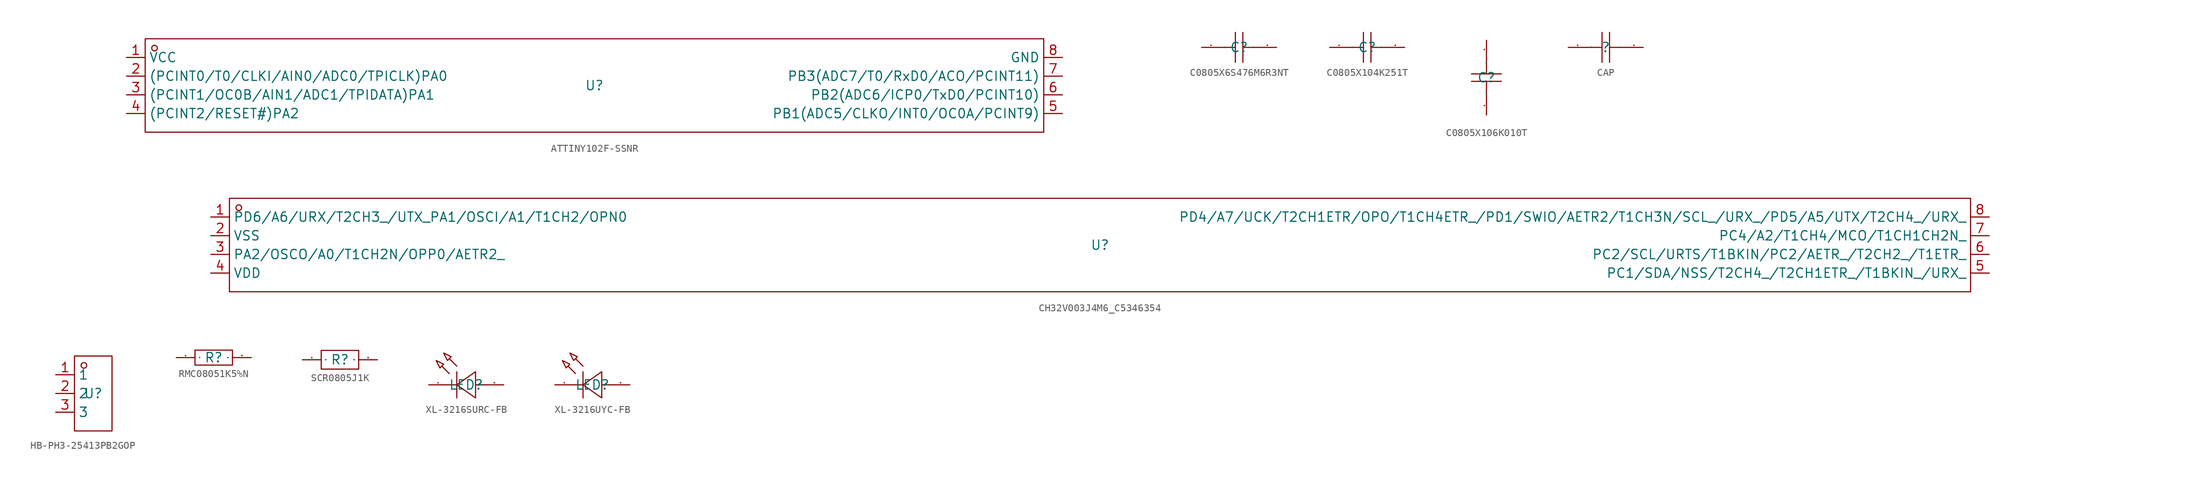
<source format=kicad_sym>
(kicad_symbol_lib
  (version 20231120)
  (generator "kicad_symbol_editor")
  (generator_version "8.0")
  (symbol "ATTINY102F-SSNR"
    (property "Reference" "U"
      (at 0 0 0)
      (effects (font (size 1.27 1.27))))
    (property "Value" ""
      (at 0 0 0)
      (effects (font (size 1.27 1.27))))
    (symbol "ATTINY102F-SSNR_1_0"
      (rectangle (start -60.96 -6.35) (end 60.96 6.35) (stroke (width 0) (type default)) (fill (type none)))
      (circle (center -59.69 5.08) (radius 0.381) (stroke (width 0) (type default)) (fill (type none)))
      (pin unspecified line (at -63.5 3.81 0) (length 2.54) (name "VCC" (effects (font (size 1.27 1.27)))) (number "1" (effects (font (size 1.27 1.27)))))
      (pin unspecified line (at -63.5 1.27 0) (length 2.54) (name "(PCINT0/T0/CLKI/AIN0/ADC0/TPICLK)PA0" (effects (font (size 1.27 1.27)))) (number "2" (effects (font (size 1.27 1.27)))))
      (pin unspecified line (at -63.5 -1.27 0) (length 2.54) (name "(PCINT1/OC0B/AIN1/ADC1/TPIDATA)PA1" (effects (font (size 1.27 1.27)))) (number "3" (effects (font (size 1.27 1.27)))))
      (pin unspecified line (at -63.5 -3.81 0) (length 2.54) (name "(PCINT2/RESET#)PA2" (effects (font (size 1.27 1.27)))) (number "4" (effects (font (size 1.27 1.27)))))
      (pin unspecified line (at 63.5 -3.81 180) (length 2.54) (name "PB1(ADC5/CLKO/INT0/OC0A/PCINT9)" (effects (font (size 1.27 1.27)))) (number "5" (effects (font (size 1.27 1.27)))))
      (pin unspecified line (at 63.5 -1.27 180) (length 2.54) (name "PB2(ADC6/ICP0/TxD0/PCINT10)" (effects (font (size 1.27 1.27)))) (number "6" (effects (font (size 1.27 1.27)))))
      (pin unspecified line (at 63.5 1.27 180) (length 2.54) (name "PB3(ADC7/T0/RxD0/ACO/PCINT11)" (effects (font (size 1.27 1.27)))) (number "7" (effects (font (size 1.27 1.27)))))
      (pin unspecified line (at 63.5 3.81 180) (length 2.54) (name "GND" (effects (font (size 1.27 1.27)))) (number "8" (effects (font (size 1.27 1.27)))))))
  (symbol "C0805X6S476M6R3NT"
    (property "Reference" "C"
      (at 0 0 0)
      (effects (font (size 1.27 1.27))))
    (symbol "C0805X6S476M6R3NT_1_0"
      (polyline (pts (xy -0.508 -2.032) (xy -0.508 2.032)) (stroke (width 0) (type default)) (fill (type none)))
      (polyline (pts (xy -0.508 0) (xy -2.54 0)) (stroke (width 0) (type default)) (fill (type none)))
      (polyline (pts (xy 0.508 2.032) (xy 0.508 -2.032)) (stroke (width 0) (type default)) (fill (type none)))
      (polyline (pts (xy 2.54 0) (xy 0.508 0)) (stroke (width 0) (type default)) (fill (type none)))
      (pin unspecified line (at -5.08 0 0) (length 2.54) (name "1" (effects (font (size 0.025 0.025)))) (number "1" (effects (font (size 0.025 0.025)))))
      (pin unspecified line (at 5.08 0 180) (length 2.54) (name "2" (effects (font (size 0.025 0.025)))) (number "2" (effects (font (size 0.025 0.025)))))))
  (symbol "C0805X104K251T"
    (property "Reference" "C"
      (at 0 0 0)
      (effects (font (size 1.27 1.27))))
    (symbol "C0805X104K251T_1_0"
      (polyline (pts (xy -0.508 -2.032) (xy -0.508 2.032)) (stroke (width 0) (type default)) (fill (type none)))
      (polyline (pts (xy -0.508 0) (xy -2.54 0)) (stroke (width 0) (type default)) (fill (type none)))
      (polyline (pts (xy 0.508 2.032) (xy 0.508 -2.032)) (stroke (width 0) (type default)) (fill (type none)))
      (polyline (pts (xy 2.54 0) (xy 0.508 0)) (stroke (width 0) (type default)) (fill (type none)))
      (pin unspecified line (at -5.08 0 0) (length 2.54) (name "1" (effects (font (size 0.025 0.025)))) (number "1" (effects (font (size 0.025 0.025)))))
      (pin unspecified line (at 5.08 0 180) (length 2.54) (name "2" (effects (font (size 0.025 0.025)))) (number "2" (effects (font (size 0.025 0.025)))))))
  (symbol "C0805X106K010T"
    (property "Reference" "C"
      (at 0 0 0)
      (effects (font (size 1.27 1.27))))
    (symbol "C0805X106K010T_1_0"
      (polyline (pts (xy -2.032 0.508) (xy 2.032 0.508)) (stroke (width 0) (type default)) (fill (type none)))
      (polyline (pts (xy 0 -0.508) (xy 0 -2.54)) (stroke (width 0) (type default)) (fill (type none)))
      (polyline (pts (xy 0 2.54) (xy 0 0.508)) (stroke (width 0) (type default)) (fill (type none)))
      (polyline (pts (xy 2.032 -0.508) (xy -2.032 -0.508)) (stroke (width 0) (type default)) (fill (type none)))
      (pin input line (at 0 -5.08 90) (length 2.54) (name "1" (effects (font (size 0.025 0.025)))) (number "1" (effects (font (size 0.025 0.025)))))
      (pin input line (at 0 5.08 270) (length 2.54) (name "2" (effects (font (size 0.025 0.025)))) (number "2" (effects (font (size 0.025 0.025)))))))
  (symbol "CAP"
    (property "Reference" ""
      (at 0 0 0)
      (effects (font (size 1.27 1.27))))
    (symbol "CAP_1_0"
      (polyline (pts (xy -2.54 0) (xy -0.508 0)) (stroke (width 0) (type default)) (fill (type none)))
      (polyline (pts (xy -0.508 -2.032) (xy -0.508 2.032)) (stroke (width 0) (type default)) (fill (type none)))
      (polyline (pts (xy 0.508 0) (xy 2.54 0)) (stroke (width 0) (type default)) (fill (type none)))
      (polyline (pts (xy 0.508 2.032) (xy 0.508 -2.032)) (stroke (width 0) (type default)) (fill (type none)))
      (pin input line (at 5.08 0 180) (length 2.54) (name "1" (effects (font (size 0.025 0.025)))) (number "1" (effects (font (size 0.025 0.025)))))
      (pin input line (at -5.08 0 0) (length 2.54) (name "2" (effects (font (size 0.025 0.025)))) (number "2" (effects (font (size 0.025 0.025)))))))
  (symbol "CH32V003J4M6_C5346354"
    (property "Reference" "U"
      (at 0 0 0)
      (effects (font (size 1.27 1.27))))
    (property "Value" ""
      (at 0 0 0)
      (effects (font (size 1.27 1.27))))
    (symbol "CH32V003J4M6_C5346354_1_0"
      (rectangle (start -118.11 -6.35) (end 118.11 6.35) (stroke (width 0) (type default)) (fill (type none)))
      (circle (center -116.84 5.08) (radius 0.381) (stroke (width 0) (type default)) (fill (type none)))
      (pin unspecified line (at -120.65 3.81 0) (length 2.54) (name "PD6/A6/URX/T2CH3_/UTX_PA1/OSCI/A1/T1CH2/OPN0" (effects (font (size 1.27 1.27)))) (number "1" (effects (font (size 1.27 1.27)))))
      (pin unspecified line (at -120.65 1.27 0) (length 2.54) (name "VSS" (effects (font (size 1.27 1.27)))) (number "2" (effects (font (size 1.27 1.27)))))
      (pin unspecified line (at -120.65 -1.27 0) (length 2.54) (name "PA2/OSCO/A0/T1CH2N/OPP0/AETR2_" (effects (font (size 1.27 1.27)))) (number "3" (effects (font (size 1.27 1.27)))))
      (pin unspecified line (at -120.65 -3.81 0) (length 2.54) (name "VDD" (effects (font (size 1.27 1.27)))) (number "4" (effects (font (size 1.27 1.27)))))
      (pin unspecified line (at 120.65 -3.81 180) (length 2.54) (name "PC1/SDA/NSS/T2CH4_/T2CH1ETR_/T1BKIN_/URX_" (effects (font (size 1.27 1.27)))) (number "5" (effects (font (size 1.27 1.27)))))
      (pin unspecified line (at 120.65 -1.27 180) (length 2.54) (name "PC2/SCL/URTS/T1BKIN/PC2/AETR_/T2CH2_/T1ETR_" (effects (font (size 1.27 1.27)))) (number "6" (effects (font (size 1.27 1.27)))))
      (pin unspecified line (at 120.65 1.27 180) (length 2.54) (name "PC4/A2/T1CH4/MCO/T1CH1CH2N_" (effects (font (size 1.27 1.27)))) (number "7" (effects (font (size 1.27 1.27)))))
      (pin unspecified line (at 120.65 3.81 180) (length 2.54) (name "PD4/A7/UCK/T2CH1ETR/OPO/T1CH4ETR_/PD1/SWIO/AETR2/T1CH3N/SCL_/URX_/PD5/A5/UTX/T2CH4_/URX_" (effects (font (size 1.27 1.27)))) (number "8" (effects (font (size 1.27 1.27)))))))
  (symbol "HB-PH3-25413PB2GOP"
    (property "Reference" "U"
      (at 0 0 0)
      (effects (font (size 1.27 1.27))))
    (property "Value" ""
      (at 0 0 0)
      (effects (font (size 1.27 1.27))))
    (symbol "HB-PH3-25413PB2GOP_1_0"
      (rectangle (start -2.54 -5.08) (end 2.54 5.08) (stroke (width 0) (type default)) (fill (type none)))
      (circle (center -1.27 3.81) (radius 0.381) (stroke (width 0) (type default)) (fill (type none)))
      (pin unspecified line (at -5.08 2.54 0) (length 2.54) (name "1" (effects (font (size 1.27 1.27)))) (number "1" (effects (font (size 1.27 1.27)))))
      (pin unspecified line (at -5.08 0 0) (length 2.54) (name "2" (effects (font (size 1.27 1.27)))) (number "2" (effects (font (size 1.27 1.27)))))
      (pin unspecified line (at -5.08 -2.54 0) (length 2.54) (name "3" (effects (font (size 1.27 1.27)))) (number "3" (effects (font (size 1.27 1.27)))))))
  (symbol "RMC08051K5%N"
    (property "Reference" "R"
      (at 0 0 0)
      (effects (font (size 1.27 1.27))))
    (symbol "RMC08051K5%N_1_0"
      (rectangle (start -2.54 -1.016) (end 2.54 1.016) (stroke (width 0) (type default)) (fill (type none)))
      (pin input line (at -5.08 0 0) (length 2.54) (name "1" (effects (font (size 0.025 0.025)))) (number "1" (effects (font (size 0.025 0.025)))))
      (pin input line (at 5.08 0 180) (length 2.54) (name "2" (effects (font (size 0.025 0.025)))) (number "2" (effects (font (size 0.025 0.025)))))))
  (symbol "SCR0805J1K"
    (property "Reference" "R"
      (at 0 0 0)
      (effects (font (size 1.27 1.27))))
    (symbol "SCR0805J1K_1_0"
      (rectangle (start -2.54 -1.27) (end 2.54 1.27) (stroke (width 0) (type default)) (fill (type none)))
      (pin unspecified line (at -5.08 0 0) (length 2.54) (name "1" (effects (font (size 0.025 0.025)))) (number "1" (effects (font (size 0.025 0.025)))))
      (pin unspecified line (at 5.08 0 180) (length 2.54) (name "2" (effects (font (size 0.025 0.025)))) (number "2" (effects (font (size 0.025 0.025)))))))
  (symbol "XL-3216SURC-FB"
    (property "Reference" "LED"
      (at 0 0 0)
      (effects (font (size 1.27 1.27))))
    (property "Value" ""
      (at 0 0 0)
      (effects (font (size 1.27 1.27))))
    (symbol "XL-3216SURC-FB_1_0"
      (polyline (pts (xy -2.286 1.524) (xy -3.302 2.54)) (stroke (width 0) (type default)) (fill (type none)))
      (polyline (pts (xy -1.27 0) (xy -2.54 0)) (stroke (width 0) (type default)) (fill (type none)))
      (polyline (pts (xy -1.27 1.778) (xy -1.27 -1.778)) (stroke (width 0) (type default)) (fill (type none)))
      (polyline (pts (xy -1.27 2.54) (xy -2.286 3.556)) (stroke (width 0) (type default)) (fill (type none)))
      (polyline (pts (xy 2.54 0) (xy 1.27 0)) (stroke (width 0) (type default)) (fill (type none)))
      (polyline (pts (xy -4.064 3.302) (xy -3.048 2.794) (xy -3.048 2.794) (xy -3.556 2.286) (xy -3.556 2.286) (xy -4.064 3.302)) (stroke (width 0) (type default)) (fill (type none)))
      (polyline (pts (xy -3.048 4.318) (xy -2.032 3.81) (xy -2.032 3.81) (xy -2.54 3.302) (xy -2.54 3.302) (xy -3.048 4.318)) (stroke (width 0) (type default)) (fill (type none)))
      (polyline (pts (xy 1.27 1.778) (xy -1.27 0) (xy -1.27 0) (xy 1.27 -1.778) (xy 1.27 -1.778) (xy 1.27 1.778)) (stroke (width 0) (type default)) (fill (type none)))
      (pin unspecified line (at -5.08 0 0) (length 2.54) (name "K" (effects (font (size 0.025 0.025)))) (number "1" (effects (font (size 0.025 0.025)))))
      (pin unspecified line (at 5.08 0 180) (length 2.54) (name "A" (effects (font (size 0.025 0.025)))) (number "2" (effects (font (size 0.025 0.025)))))))
  (symbol "XL-3216UYC-FB"
    (property "Reference" "LED"
      (at 0 0 0)
      (effects (font (size 1.27 1.27))))
    (property "Value" ""
      (at 0 0 0)
      (effects (font (size 1.27 1.27))))
    (symbol "XL-3216UYC-FB_1_0"
      (polyline (pts (xy -2.286 1.524) (xy -3.302 2.54)) (stroke (width 0) (type default)) (fill (type none)))
      (polyline (pts (xy -1.27 0) (xy -2.54 0)) (stroke (width 0) (type default)) (fill (type none)))
      (polyline (pts (xy -1.27 1.778) (xy -1.27 -1.778)) (stroke (width 0) (type default)) (fill (type none)))
      (polyline (pts (xy -1.27 2.54) (xy -2.286 3.556)) (stroke (width 0) (type default)) (fill (type none)))
      (polyline (pts (xy 2.54 0) (xy 1.27 0)) (stroke (width 0) (type default)) (fill (type none)))
      (polyline (pts (xy -4.064 3.302) (xy -3.048 2.794) (xy -3.048 2.794) (xy -3.556 2.286) (xy -3.556 2.286) (xy -4.064 3.302)) (stroke (width 0) (type default)) (fill (type none)))
      (polyline (pts (xy -3.048 4.318) (xy -2.032 3.81) (xy -2.032 3.81) (xy -2.54 3.302) (xy -2.54 3.302) (xy -3.048 4.318)) (stroke (width 0) (type default)) (fill (type none)))
      (polyline (pts (xy 1.27 1.778) (xy -1.27 0) (xy -1.27 0) (xy 1.27 -1.778) (xy 1.27 -1.778) (xy 1.27 1.778)) (stroke (width 0) (type default)) (fill (type none)))
      (pin unspecified line (at -5.08 0 0) (length 2.54) (name "K" (effects (font (size 0.025 0.025)))) (number "1" (effects (font (size 0.025 0.025)))))
      (pin unspecified line (at 5.08 0 180) (length 2.54) (name "A" (effects (font (size 0.025 0.025)))) (number "2" (effects (font (size 0.025 0.025))))))))
</source>
